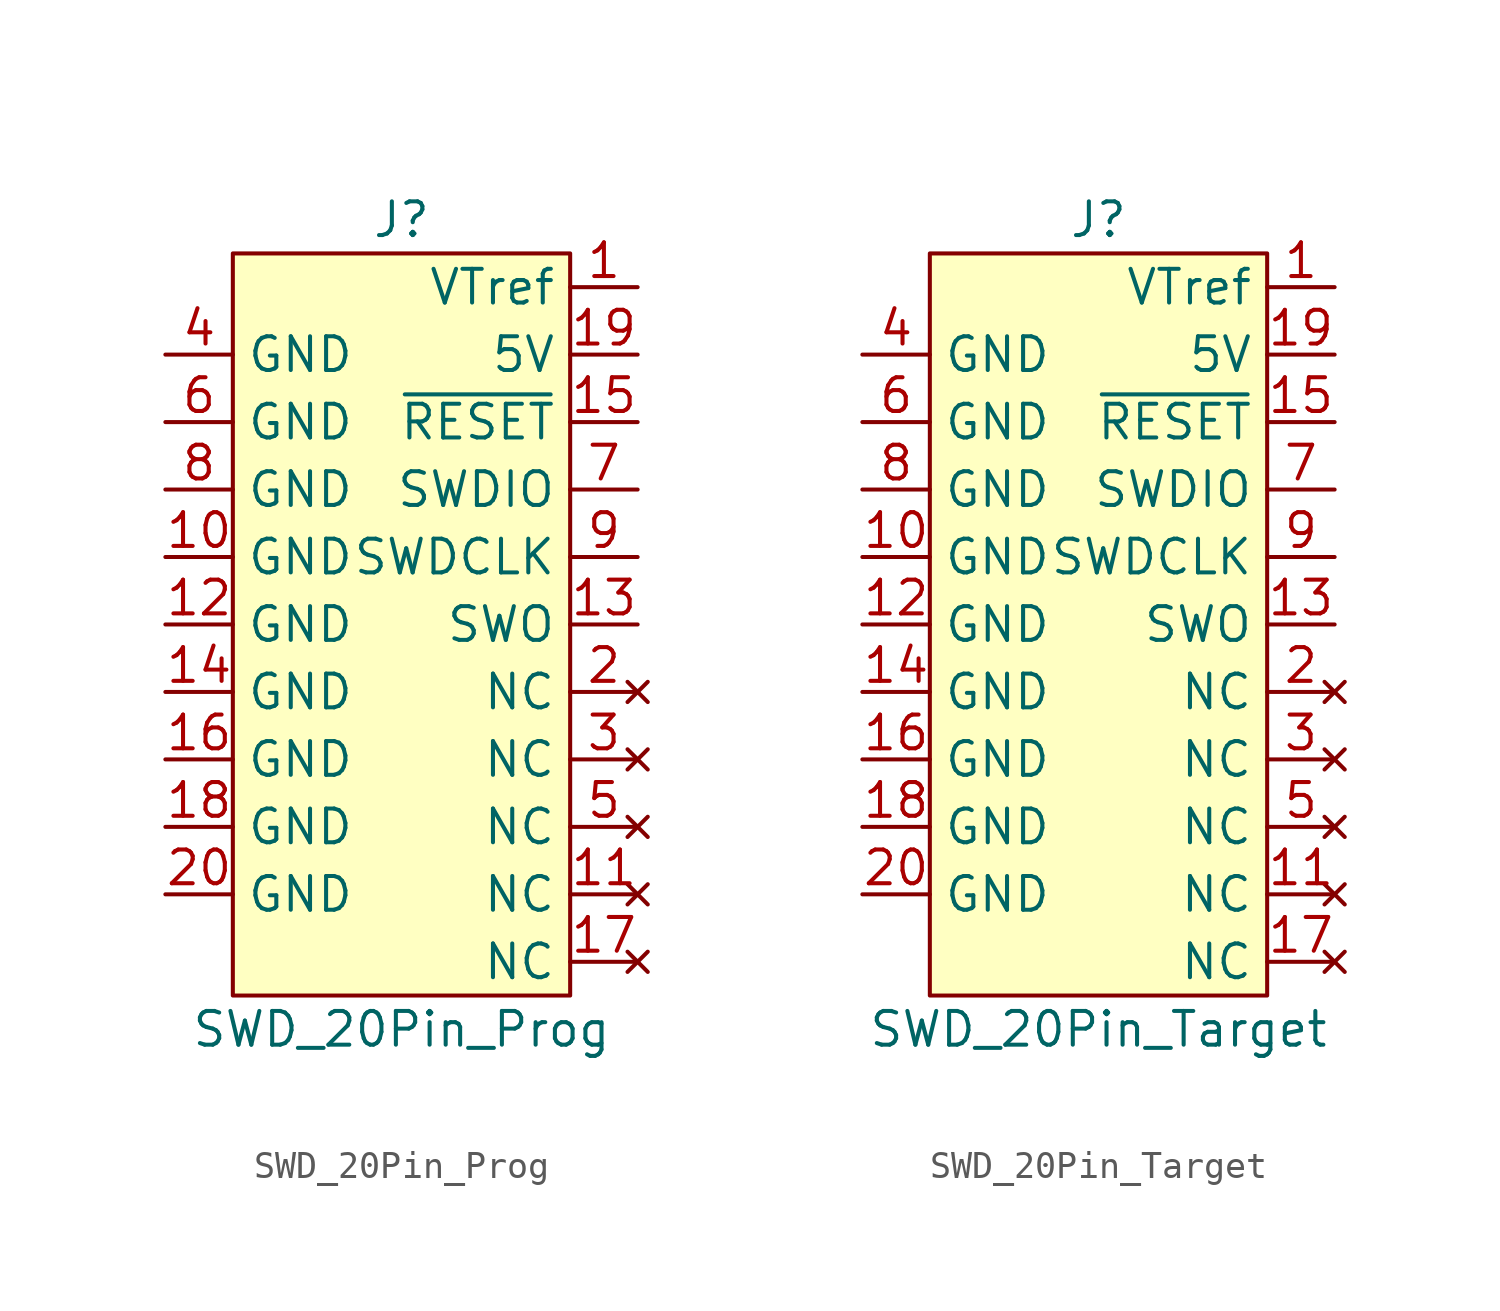
<source format=kicad_sym>
(kicad_symbol_lib
  (version 20220914)
  (generator kicad_symbol_editor)
  (symbol "SWD_20Pin_Prog"
    (property "Reference" "J"
      (at 0 15.24 0)
      (effects (font (size 1.27 1.27))))
    (property "Value" "SWD_20Pin_Prog"
      (at 0 -15.24 0)
      (effects (font (size 1.27 1.27))))
    (symbol "SWD_20Pin_Prog_1_1"
      (rectangle (start -6.35 13.97) (end 6.35 -13.97) (stroke (width 0) (type default)) (fill (type background)))
      (pin power_out line (at 8.89 12.7 180) (length 2.54) (name "VTref" (effects (font (size 1.27 1.27)))) (number "1" (effects (font (size 1.27 1.27)))))
      (pin power_in line (at -8.89 2.54 0) (length 2.54) (name "GND" (effects (font (size 1.27 1.27)))) (number "10" (effects (font (size 1.27 1.27)))))
      (pin no_connect line (at 8.89 -10.16 180) (length 2.54) (name "NC" (effects (font (size 1.27 1.27)))) (number "11" (effects (font (size 1.27 1.27)))))
      (pin power_in line (at -8.89 0 0) (length 2.54) (name "GND" (effects (font (size 1.27 1.27)))) (number "12" (effects (font (size 1.27 1.27)))))
      (pin output line (at 8.89 0 180) (length 2.54) (name "SWO" (effects (font (size 1.27 1.27)))) (number "13" (effects (font (size 1.27 1.27)))))
      (pin power_in line (at -8.89 -2.54 0) (length 2.54) (name "GND" (effects (font (size 1.27 1.27)))) (number "14" (effects (font (size 1.27 1.27)))))
      (pin input line (at 8.89 7.62 180) (length 2.54) (name "~{RESET}" (effects (font (size 1.27 1.27)))) (number "15" (effects (font (size 1.27 1.27)))))
      (pin power_in line (at -8.89 -5.08 0) (length 2.54) (name "GND" (effects (font (size 1.27 1.27)))) (number "16" (effects (font (size 1.27 1.27)))))
      (pin no_connect line (at 8.89 -12.7 180) (length 2.54) (name "NC" (effects (font (size 1.27 1.27)))) (number "17" (effects (font (size 1.27 1.27)))))
      (pin power_in line (at -8.89 -7.62 0) (length 2.54) (name "GND" (effects (font (size 1.27 1.27)))) (number "18" (effects (font (size 1.27 1.27)))))
      (pin power_in line (at 8.89 10.16 180) (length 2.54) (name "5V" (effects (font (size 1.27 1.27)))) (number "19" (effects (font (size 1.27 1.27)))))
      (pin no_connect line (at 8.89 -2.54 180) (length 2.54) (name "NC" (effects (font (size 1.27 1.27)))) (number "2" (effects (font (size 1.27 1.27)))))
      (pin power_in line (at -8.89 -10.16 0) (length 2.54) (name "GND" (effects (font (size 1.27 1.27)))) (number "20" (effects (font (size 1.27 1.27)))))
      (pin no_connect line (at 8.89 -5.08 180) (length 2.54) (name "NC" (effects (font (size 1.27 1.27)))) (number "3" (effects (font (size 1.27 1.27)))))
      (pin power_in line (at -8.89 10.16 0) (length 2.54) (name "GND" (effects (font (size 1.27 1.27)))) (number "4" (effects (font (size 1.27 1.27)))))
      (pin no_connect line (at 8.89 -7.62 180) (length 2.54) (name "NC" (effects (font (size 1.27 1.27)))) (number "5" (effects (font (size 1.27 1.27)))))
      (pin power_in line (at -8.89 7.62 0) (length 2.54) (name "GND" (effects (font (size 1.27 1.27)))) (number "6" (effects (font (size 1.27 1.27)))))
      (pin bidirectional line (at 8.89 5.08 180) (length 2.54) (name "SWDIO" (effects (font (size 1.27 1.27)))) (number "7" (effects (font (size 1.27 1.27)))))
      (pin power_in line (at -8.89 5.08 0) (length 2.54) (name "GND" (effects (font (size 1.27 1.27)))) (number "8" (effects (font (size 1.27 1.27)))))
      (pin input line (at 8.89 2.54 180) (length 2.54) (name "SWDCLK" (effects (font (size 1.27 1.27)))) (number "9" (effects (font (size 1.27 1.27)))))))
  (symbol "SWD_20Pin_Target"
    (property "Reference" "J"
      (at 0 15.24 0)
      (effects (font (size 1.27 1.27))))
    (property "Value" "SWD_20Pin_Target"
      (at 0 -15.24 0)
      (effects (font (size 1.27 1.27))))
    (symbol "SWD_20Pin_Target_1_1"
      (rectangle (start -6.35 13.97) (end 6.35 -13.97) (stroke (width 0) (type default)) (fill (type background)))
      (pin power_in line (at 8.89 12.7 180) (length 2.54) (name "VTref" (effects (font (size 1.27 1.27)))) (number "1" (effects (font (size 1.27 1.27)))))
      (pin power_in line (at -8.89 2.54 0) (length 2.54) (name "GND" (effects (font (size 1.27 1.27)))) (number "10" (effects (font (size 1.27 1.27)))))
      (pin no_connect line (at 8.89 -10.16 180) (length 2.54) (name "NC" (effects (font (size 1.27 1.27)))) (number "11" (effects (font (size 1.27 1.27)))))
      (pin power_in line (at -8.89 0 0) (length 2.54) (name "GND" (effects (font (size 1.27 1.27)))) (number "12" (effects (font (size 1.27 1.27)))))
      (pin input line (at 8.89 0 180) (length 2.54) (name "SWO" (effects (font (size 1.27 1.27)))) (number "13" (effects (font (size 1.27 1.27)))))
      (pin power_in line (at -8.89 -2.54 0) (length 2.54) (name "GND" (effects (font (size 1.27 1.27)))) (number "14" (effects (font (size 1.27 1.27)))))
      (pin output line (at 8.89 7.62 180) (length 2.54) (name "~{RESET}" (effects (font (size 1.27 1.27)))) (number "15" (effects (font (size 1.27 1.27)))))
      (pin power_in line (at -8.89 -5.08 0) (length 2.54) (name "GND" (effects (font (size 1.27 1.27)))) (number "16" (effects (font (size 1.27 1.27)))))
      (pin no_connect line (at 8.89 -12.7 180) (length 2.54) (name "NC" (effects (font (size 1.27 1.27)))) (number "17" (effects (font (size 1.27 1.27)))))
      (pin power_in line (at -8.89 -7.62 0) (length 2.54) (name "GND" (effects (font (size 1.27 1.27)))) (number "18" (effects (font (size 1.27 1.27)))))
      (pin power_out line (at 8.89 10.16 180) (length 2.54) (name "5V" (effects (font (size 1.27 1.27)))) (number "19" (effects (font (size 1.27 1.27)))))
      (pin no_connect line (at 8.89 -2.54 180) (length 2.54) (name "NC" (effects (font (size 1.27 1.27)))) (number "2" (effects (font (size 1.27 1.27)))))
      (pin power_in line (at -8.89 -10.16 0) (length 2.54) (name "GND" (effects (font (size 1.27 1.27)))) (number "20" (effects (font (size 1.27 1.27)))))
      (pin no_connect line (at 8.89 -5.08 180) (length 2.54) (name "NC" (effects (font (size 1.27 1.27)))) (number "3" (effects (font (size 1.27 1.27)))))
      (pin power_in line (at -8.89 10.16 0) (length 2.54) (name "GND" (effects (font (size 1.27 1.27)))) (number "4" (effects (font (size 1.27 1.27)))))
      (pin no_connect line (at 8.89 -7.62 180) (length 2.54) (name "NC" (effects (font (size 1.27 1.27)))) (number "5" (effects (font (size 1.27 1.27)))))
      (pin power_in line (at -8.89 7.62 0) (length 2.54) (name "GND" (effects (font (size 1.27 1.27)))) (number "6" (effects (font (size 1.27 1.27)))))
      (pin bidirectional line (at 8.89 5.08 180) (length 2.54) (name "SWDIO" (effects (font (size 1.27 1.27)))) (number "7" (effects (font (size 1.27 1.27)))))
      (pin power_in line (at -8.89 5.08 0) (length 2.54) (name "GND" (effects (font (size 1.27 1.27)))) (number "8" (effects (font (size 1.27 1.27)))))
      (pin output line (at 8.89 2.54 180) (length 2.54) (name "SWDCLK" (effects (font (size 1.27 1.27)))) (number "9" (effects (font (size 1.27 1.27))))))))
</source>
